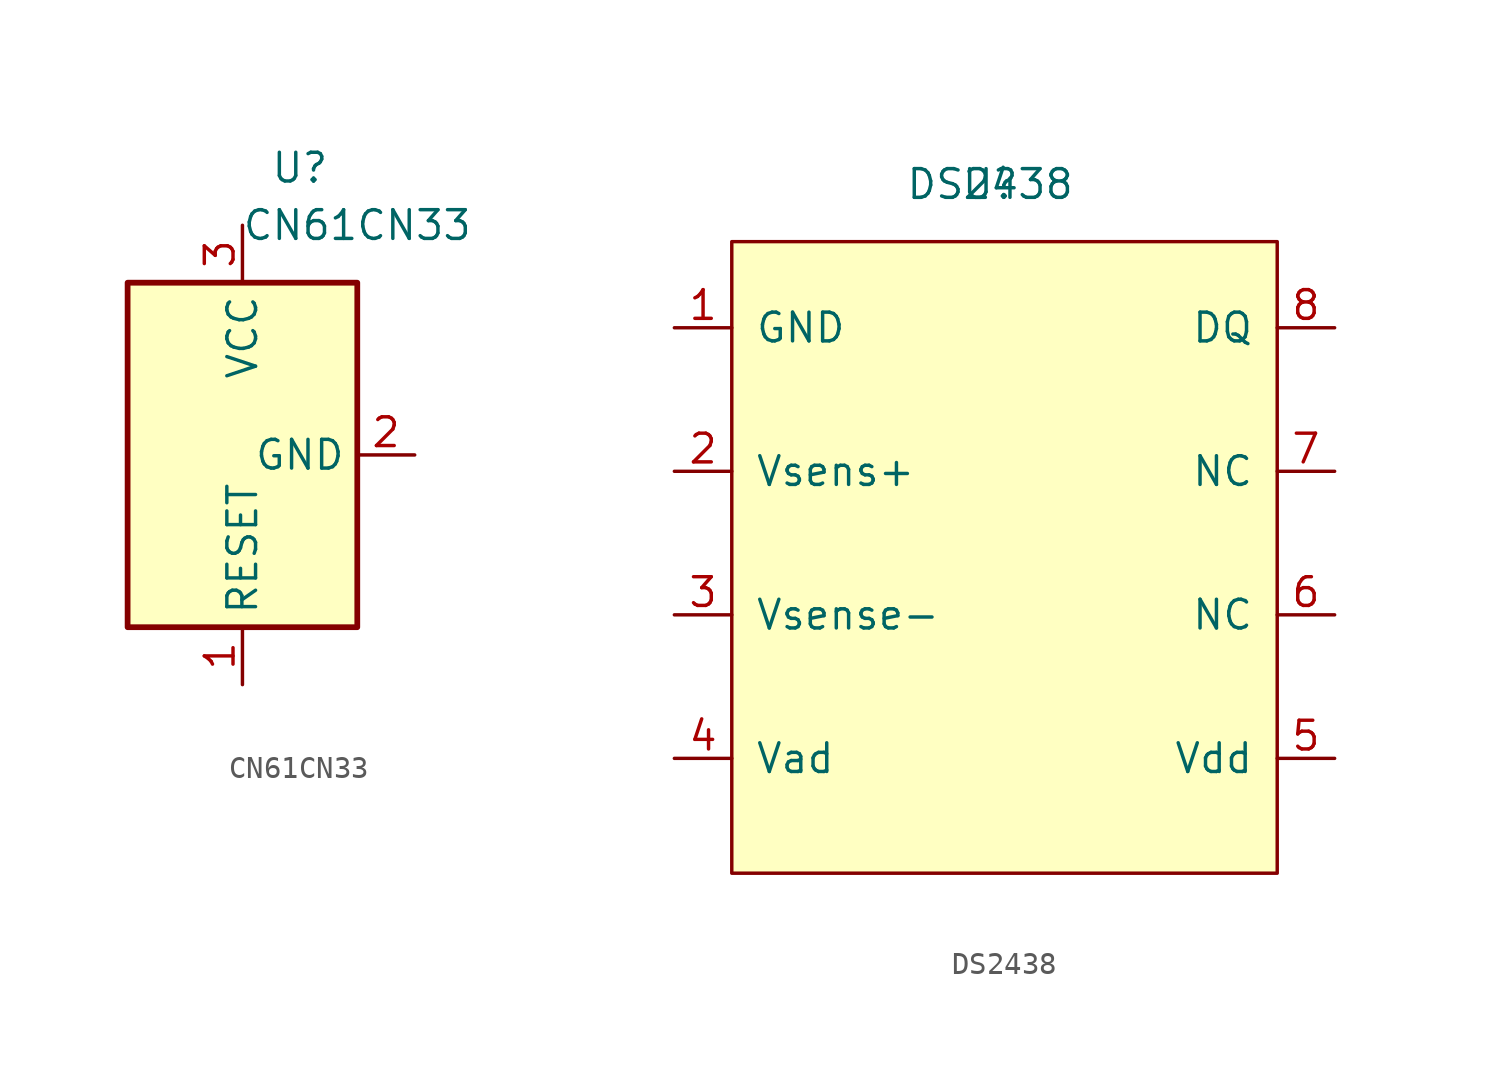
<source format=kicad_sym>
(kicad_symbol_lib
  (version 20220914)
  (generator kicad_symbol_editor)
  (symbol "CN61CN33"
    (property "Reference" "U"
      (at 2.54 12.7 0)
      (effects (font (size 1.27 1.27))))
    (property "Value" "CN61CN33"
      (at 5.08 10.16 0)
      (effects (font (size 1.27 1.27))))
    (symbol "CN61CN33_0_1"
      (rectangle (start 5.08 7.62) (end -5.08 -7.62) (stroke (width 0.254) (type solid)) (fill (type background))))
    (symbol "CN61CN33_1_1"
      (pin output line (at 0 -10.16 90) (length 2.54) (name "RESET" (effects (font (size 1.27 1.27)))) (number "1" (effects (font (size 1.27 1.27)))))
      (pin power_in line (at 7.62 0 180) (length 2.54) (name "GND" (effects (font (size 1.27 1.27)))) (number "2" (effects (font (size 1.27 1.27)))))
      (pin power_in line (at 0 10.16 270) (length 2.54) (name "VCC" (effects (font (size 1.27 1.27)))) (number "3" (effects (font (size 1.27 1.27)))))))
  (symbol "DS2438"
    (pin_names
      (offset 1.016))
    (property "Reference" "U"
      (at 0 0 0)
      (effects (font (size 1.27 1.27))))
    (property "Value" "DS2438"
      (at 0 0 0)
      (effects (font (size 1.27 1.27))))
    (symbol "DS2438_0_1"
      (rectangle (start -11.43 -2.54) (end 12.7 -30.48) (stroke (width 0) (type solid)) (fill (type background))))
    (symbol "DS2438_1_1"
      (pin power_in line (at -13.97 -6.35 0) (length 2.54) (name "GND" (effects (font (size 1.27 1.27)))) (number "1" (effects (font (size 1.27 1.27)))))
      (pin unspecified line (at -13.97 -12.7 0) (length 2.54) (name "Vsens+" (effects (font (size 1.27 1.27)))) (number "2" (effects (font (size 1.27 1.27)))))
      (pin unspecified line (at -13.97 -19.05 0) (length 2.54) (name "Vsense-" (effects (font (size 1.27 1.27)))) (number "3" (effects (font (size 1.27 1.27)))))
      (pin input line (at -13.97 -25.4 0) (length 2.54) (name "Vad" (effects (font (size 1.27 1.27)))) (number "4" (effects (font (size 1.27 1.27)))))
      (pin power_in line (at 15.24 -25.4 180) (length 2.54) (name "Vdd" (effects (font (size 1.27 1.27)))) (number "5" (effects (font (size 1.27 1.27)))))
      (pin unspecified line (at 15.24 -19.05 180) (length 2.54) (name "NC" (effects (font (size 1.27 1.27)))) (number "6" (effects (font (size 1.27 1.27)))))
      (pin unspecified line (at 15.24 -12.7 180) (length 2.54) (name "NC" (effects (font (size 1.27 1.27)))) (number "7" (effects (font (size 1.27 1.27)))))
      (pin bidirectional line (at 15.24 -6.35 180) (length 2.54) (name "DQ" (effects (font (size 1.27 1.27)))) (number "8" (effects (font (size 1.27 1.27))))))))
</source>
